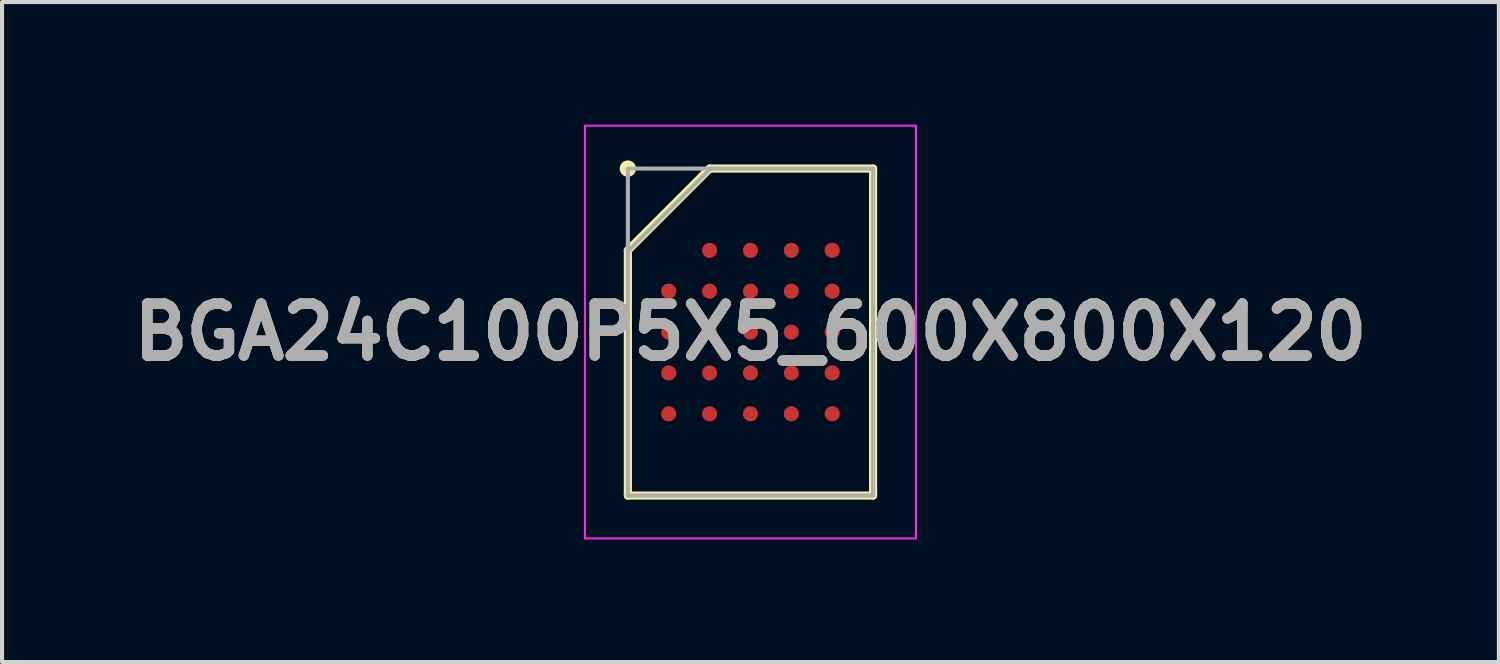
<source format=kicad_pcb>
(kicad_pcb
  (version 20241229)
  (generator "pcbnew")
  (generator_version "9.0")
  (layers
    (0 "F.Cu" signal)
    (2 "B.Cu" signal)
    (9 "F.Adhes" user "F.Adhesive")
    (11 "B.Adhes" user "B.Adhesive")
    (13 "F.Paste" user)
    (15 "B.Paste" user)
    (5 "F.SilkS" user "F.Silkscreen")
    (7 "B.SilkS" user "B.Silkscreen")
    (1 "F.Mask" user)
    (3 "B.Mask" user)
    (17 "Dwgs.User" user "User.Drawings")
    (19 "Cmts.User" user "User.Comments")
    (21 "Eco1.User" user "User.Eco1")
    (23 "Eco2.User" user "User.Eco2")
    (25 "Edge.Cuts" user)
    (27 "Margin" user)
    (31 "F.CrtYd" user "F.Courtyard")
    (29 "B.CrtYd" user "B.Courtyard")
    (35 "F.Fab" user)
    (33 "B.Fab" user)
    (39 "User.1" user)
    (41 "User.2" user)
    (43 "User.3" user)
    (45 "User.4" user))
  (footprint "BGA24C100P5X5_600X800X120"
    (layer "F.Cu")
    (at 15.313 5.075)
    (property "Reference" "BGA24C100P5X5_600X800X120" (at 0 0 0) (layer "F.SilkS") (effects (font (size 1.27 1.27) (thickness 0.254))))
    (attr smd)
    (fp_line (start -3 -2) (end -1 -4) (stroke (width 0.2) (type solid)) (layer "F.SilkS"))
    (fp_line (start -3 4) (end -3 -2) (stroke (width 0.2) (type solid)) (layer "F.SilkS"))
    (fp_line (start -1 -4) (end 3 -4) (stroke (width 0.2) (type solid)) (layer "F.SilkS"))
    (fp_line (start 3 -4) (end 3 4) (stroke (width 0.2) (type solid)) (layer "F.SilkS"))
    (fp_line (start 3 4) (end -3 4) (stroke (width 0.2) (type solid)) (layer "F.SilkS"))
    (fp_circle (center -3 -4) (end -3 -3.9) (stroke (width 0.2) (type solid)) (fill no) (layer "F.SilkS"))
    (fp_line (start -4.05 -5.05) (end 4.05 -5.05) (stroke (width 0.05) (type solid)) (layer "F.CrtYd"))
    (fp_line (start -4.05 5.05) (end -4.05 -5.05) (stroke (width 0.05) (type solid)) (layer "F.CrtYd"))
    (fp_line (start 4.05 -5.05) (end 4.05 5.05) (stroke (width 0.05) (type solid)) (layer "F.CrtYd"))
    (fp_line (start 4.05 5.05) (end -4.05 5.05) (stroke (width 0.05) (type solid)) (layer "F.CrtYd"))
    (fp_line (start -3 -4) (end 3 -4) (stroke (width 0.1) (type solid)) (layer "F.Fab"))
    (fp_line (start -3 -1.975) (end -0.975 -4) (stroke (width 0.1) (type solid)) (layer "F.Fab"))
    (fp_line (start -3 4) (end -3 -4) (stroke (width 0.1) (type solid)) (layer "F.Fab"))
    (fp_line (start 3 -4) (end 3 4) (stroke (width 0.1) (type solid)) (layer "F.Fab"))
    (fp_line (start 3 4) (end -3 4) (stroke (width 0.1) (type solid)) (layer "F.Fab"))
    (fp_text user "${REFERENCE}" (at 0 0 0) (layer "F.Fab") (effects (font (size 1.27 1.27) (thickness 0.254))))
    (pad "A2" smd circle (at -1 -2 90) (size 0.37 0.37) (layers "F.Cu" "F.Mask" "F.Paste"))
    (pad "A3" smd circle (at 0 -2 90) (size 0.37 0.37) (layers "F.Cu" "F.Mask" "F.Paste"))
    (pad "A4" smd circle (at 1 -2 90) (size 0.37 0.37) (layers "F.Cu" "F.Mask" "F.Paste"))
    (pad "A5" smd circle (at 2 -2 90) (size 0.37 0.37) (layers "F.Cu" "F.Mask" "F.Paste"))
    (pad "B1" smd circle (at -2 -1 90) (size 0.37 0.37) (layers "F.Cu" "F.Mask" "F.Paste"))
    (pad "B2" smd circle (at -1 -1 90) (size 0.37 0.37) (layers "F.Cu" "F.Mask" "F.Paste"))
    (pad "B3" smd circle (at 0 -1 90) (size 0.37 0.37) (layers "F.Cu" "F.Mask" "F.Paste"))
    (pad "B4" smd circle (at 1 -1 90) (size 0.37 0.37) (layers "F.Cu" "F.Mask" "F.Paste"))
    (pad "B5" smd circle (at 2 -1 90) (size 0.37 0.37) (layers "F.Cu" "F.Mask" "F.Paste"))
    (pad "C1" smd circle (at -2 0 90) (size 0.37 0.37) (layers "F.Cu" "F.Mask" "F.Paste"))
    (pad "C2" smd circle (at -1 0 90) (size 0.37 0.37) (layers "F.Cu" "F.Mask" "F.Paste"))
    (pad "C3" smd circle (at 0 0 90) (size 0.37 0.37) (layers "F.Cu" "F.Mask" "F.Paste"))
    (pad "C4" smd circle (at 1 0 90) (size 0.37 0.37) (layers "F.Cu" "F.Mask" "F.Paste"))
    (pad "C5" smd circle (at 2 0 90) (size 0.37 0.37) (layers "F.Cu" "F.Mask" "F.Paste"))
    (pad "D1" smd circle (at -2 1 90) (size 0.37 0.37) (layers "F.Cu" "F.Mask" "F.Paste"))
    (pad "D2" smd circle (at -1 1 90) (size 0.37 0.37) (layers "F.Cu" "F.Mask" "F.Paste"))
    (pad "D3" smd circle (at 0 1 90) (size 0.37 0.37) (layers "F.Cu" "F.Mask" "F.Paste"))
    (pad "D4" smd circle (at 1 1 90) (size 0.37 0.37) (layers "F.Cu" "F.Mask" "F.Paste"))
    (pad "D5" smd circle (at 2 1 90) (size 0.37 0.37) (layers "F.Cu" "F.Mask" "F.Paste"))
    (pad "E1" smd circle (at -2 2 90) (size 0.37 0.37) (layers "F.Cu" "F.Mask" "F.Paste"))
    (pad "E2" smd circle (at -1 2 90) (size 0.37 0.37) (layers "F.Cu" "F.Mask" "F.Paste"))
    (pad "E3" smd circle (at 0 2 90) (size 0.37 0.37) (layers "F.Cu" "F.Mask" "F.Paste"))
    (pad "E4" smd circle (at 1 2 90) (size 0.37 0.37) (layers "F.Cu" "F.Mask" "F.Paste"))
    (pad "E5" smd circle (at 2 2 90) (size 0.37 0.37) (layers "F.Cu" "F.Mask" "F.Paste")))
  (gr_rect
    (start -3 -3)
    (end 33.625 13.15)
    (stroke (width 0.1) (type default))
    (fill no)
    (layer "Edge.Cuts")))
</source>
